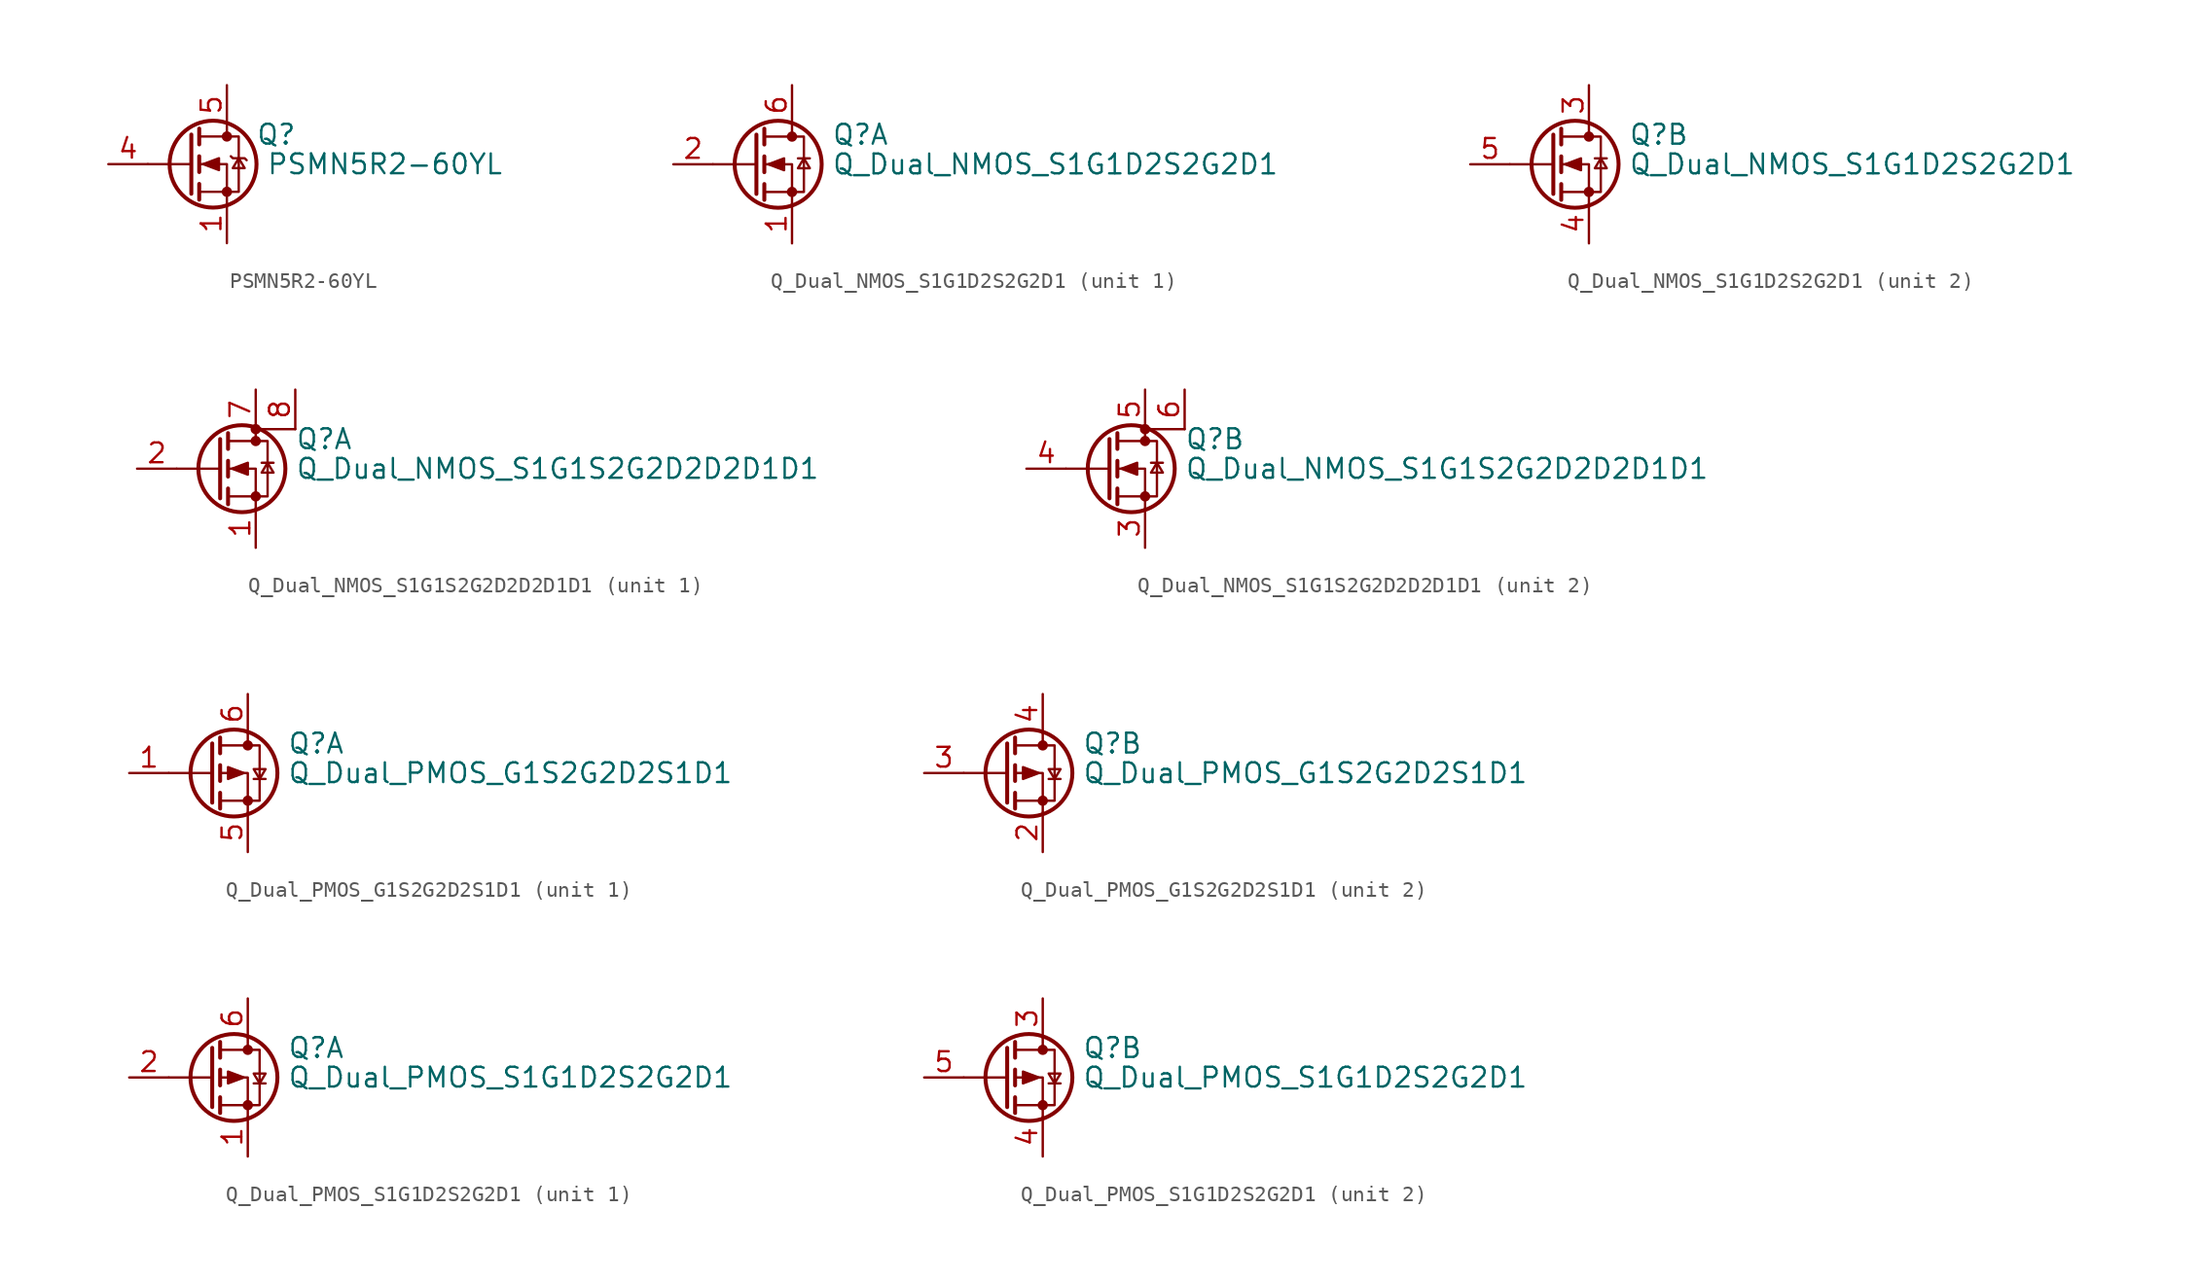
<source format=kicad_sym>
(kicad_symbol_lib
  (version 20241209)
  (generator "kicad_symbol_editor")
  (generator_version "9.0")
  (symbol "PSMN5R2-60YL"
    (pin_names
      (hide yes))
    (property "Reference" "Q"
      (at 5.715 1.905 0)
      (effects (font (size 1.27 1.27))))
    (property "Value" "PSMN5R2-60YL"
      (at 12.7 0 0)
      (effects (font (size 1.27 1.27))))
    (symbol "PSMN5R2-60YL_0_1"
      (polyline (pts (xy 0.254 1.905) (xy 0.254 -1.905)) (stroke (width 0.254) (type default)) (fill (type none)))
      (polyline (pts (xy 0.254 0) (xy -2.54 0)) (stroke (width 0) (type default)) (fill (type none)))
      (polyline (pts (xy 0.762 2.286) (xy 0.762 1.27)) (stroke (width 0.254) (type default)) (fill (type none)))
      (polyline (pts (xy 0.762 0.508) (xy 0.762 -0.508)) (stroke (width 0.254) (type default)) (fill (type none)))
      (polyline (pts (xy 0.762 -1.27) (xy 0.762 -2.286)) (stroke (width 0.254) (type default)) (fill (type none)))
      (polyline (pts (xy 0.762 -1.778) (xy 3.302 -1.778) (xy 3.302 1.778) (xy 0.762 1.778)) (stroke (width 0) (type default)) (fill (type none)))
      (polyline (pts (xy 1.016 0) (xy 2.032 0.381) (xy 2.032 -0.381) (xy 1.016 0)) (stroke (width 0) (type default)) (fill (type outline)))
      (circle (center 1.651 0) (radius 2.794) (stroke (width 0.254) (type default)) (fill (type none)))
      (polyline (pts (xy 2.54 2.54) (xy 2.54 1.778)) (stroke (width 0) (type default)) (fill (type none)))
      (circle (center 2.54 1.778) (radius 0.254) (stroke (width 0) (type default)) (fill (type outline)))
      (circle (center 2.54 -1.778) (radius 0.254) (stroke (width 0) (type default)) (fill (type outline)))
      (polyline (pts (xy 2.54 -2.54) (xy 2.54 0) (xy 0.762 0)) (stroke (width 0) (type default)) (fill (type none)))
      (polyline (pts (xy 2.794 0.508) (xy 2.921 0.381) (xy 3.683 0.381) (xy 3.81 0.254)) (stroke (width 0) (type default)) (fill (type none)))
      (polyline (pts (xy 3.302 0.381) (xy 2.921 -0.254) (xy 3.683 -0.254) (xy 3.302 0.381)) (stroke (width 0) (type default)) (fill (type none))))
    (symbol "PSMN5R2-60YL_1_1"
      (pin passive line (at -5.08 0 0) (length 2.54) (name "G" (effects (font (size 1.27 1.27)))) (number "4" (effects (font (size 1.27 1.27)))))
      (pin passive line (at 2.54 5.08 270) (length 2.54) (name "D" (effects (font (size 1.27 1.27)))) (number "5" (effects (font (size 1.27 1.27)))))
      (pin passive line (at 2.54 -5.08 90) (length 2.54) (name "S" (effects (font (size 1.27 1.27)))) (number "1" (effects (font (size 1.27 1.27)))))
      (pin passive line (at 2.54 -5.08 90) (length 2.54) (hide yes) (name "S" (effects (font (size 1.27 1.27)))) (number "2" (effects (font (size 1.27 1.27)))))
      (pin passive line (at 2.54 -5.08 90) (length 2.54) (hide yes) (name "S" (effects (font (size 1.27 1.27)))) (number "3" (effects (font (size 1.27 1.27)))))))
  (symbol "Q_Dual_NMOS_S1G1D2S2G2D1"
    (pin_names
      (offset 0)
      (hide yes))
    (property "Reference" "Q"
      (at 5.08 1.905 0)
      (effects (font (size 1.27 1.27)) (justify left)))
    (property "Value" "Q_Dual_NMOS_S1G1D2S2G2D1"
      (at 5.08 0 0)
      (effects (font (size 1.27 1.27)) (justify left)))
    (symbol "Q_Dual_NMOS_S1G1D2S2G2D1_0_1"
      (polyline (pts (xy 0.254 1.905) (xy 0.254 -1.905)) (stroke (width 0.254) (type default)) (fill (type none)))
      (polyline (pts (xy 0.254 0) (xy -2.54 0)) (stroke (width 0) (type default)) (fill (type none)))
      (polyline (pts (xy 0.762 2.286) (xy 0.762 1.27)) (stroke (width 0.254) (type default)) (fill (type none)))
      (polyline (pts (xy 0.762 0.508) (xy 0.762 -0.508)) (stroke (width 0.254) (type default)) (fill (type none)))
      (polyline (pts (xy 0.762 -1.27) (xy 0.762 -2.286)) (stroke (width 0.254) (type default)) (fill (type none)))
      (polyline (pts (xy 0.762 -1.778) (xy 3.302 -1.778) (xy 3.302 1.778) (xy 0.762 1.778)) (stroke (width 0) (type default)) (fill (type none)))
      (polyline (pts (xy 1.016 0) (xy 2.032 0.381) (xy 2.032 -0.381) (xy 1.016 0)) (stroke (width 0) (type default)) (fill (type outline)))
      (circle (center 1.651 0) (radius 2.794) (stroke (width 0.254) (type default)) (fill (type none)))
      (polyline (pts (xy 2.54 2.54) (xy 2.54 1.778)) (stroke (width 0) (type default)) (fill (type none)))
      (circle (center 2.54 1.778) (radius 0.254) (stroke (width 0) (type default)) (fill (type outline)))
      (circle (center 2.54 -1.778) (radius 0.254) (stroke (width 0) (type default)) (fill (type outline)))
      (polyline (pts (xy 2.54 -2.54) (xy 2.54 0) (xy 0.762 0)) (stroke (width 0) (type default)) (fill (type none)))
      (polyline (pts (xy 2.921 0.381) (xy 3.683 0.381)) (stroke (width 0) (type default)) (fill (type none)))
      (polyline (pts (xy 3.302 0.381) (xy 2.921 -0.254) (xy 3.683 -0.254) (xy 3.302 0.381)) (stroke (width 0) (type default)) (fill (type none))))
    (symbol "Q_Dual_NMOS_S1G1D2S2G2D1_1_1"
      (pin input line (at -5.08 0 0) (length 2.54) (name "G" (effects (font (size 1.27 1.27)))) (number "2" (effects (font (size 1.27 1.27)))))
      (pin passive line (at 2.54 5.08 270) (length 2.54) (name "D" (effects (font (size 1.27 1.27)))) (number "6" (effects (font (size 1.27 1.27)))))
      (pin passive line (at 2.54 -5.08 90) (length 2.54) (name "S" (effects (font (size 1.27 1.27)))) (number "1" (effects (font (size 1.27 1.27))))))
    (symbol "Q_Dual_NMOS_S1G1D2S2G2D1_2_1"
      (pin input line (at -5.08 0 0) (length 2.54) (name "G" (effects (font (size 1.27 1.27)))) (number "5" (effects (font (size 1.27 1.27)))))
      (pin passive line (at 2.54 5.08 270) (length 2.54) (name "D" (effects (font (size 1.27 1.27)))) (number "3" (effects (font (size 1.27 1.27)))))
      (pin passive line (at 2.54 -5.08 90) (length 2.54) (name "S" (effects (font (size 1.27 1.27)))) (number "4" (effects (font (size 1.27 1.27)))))))
  (symbol "Q_Dual_NMOS_S1G1S2G2D2D2D1D1"
    (pin_names
      (offset 0)
      (hide yes))
    (property "Reference" "Q"
      (at 5.08 1.905 0)
      (effects (font (size 1.27 1.27)) (justify left)))
    (property "Value" "Q_Dual_NMOS_S1G1S2G2D2D2D1D1"
      (at 5.08 0 0)
      (effects (font (size 1.27 1.27)) (justify left)))
    (symbol "Q_Dual_NMOS_S1G1S2G2D2D2D1D1_0_1"
      (polyline (pts (xy 0.254 1.905) (xy 0.254 -1.905)) (stroke (width 0.254) (type default)) (fill (type none)))
      (polyline (pts (xy 0.254 0) (xy -2.54 0)) (stroke (width 0) (type default)) (fill (type none)))
      (polyline (pts (xy 0.762 2.286) (xy 0.762 1.27)) (stroke (width 0.254) (type default)) (fill (type none)))
      (polyline (pts (xy 0.762 0.508) (xy 0.762 -0.508)) (stroke (width 0.254) (type default)) (fill (type none)))
      (polyline (pts (xy 0.762 -1.27) (xy 0.762 -2.286)) (stroke (width 0.254) (type default)) (fill (type none)))
      (polyline (pts (xy 0.762 -1.778) (xy 3.302 -1.778) (xy 3.302 1.778) (xy 0.762 1.778)) (stroke (width 0) (type default)) (fill (type none)))
      (polyline (pts (xy 1.016 0) (xy 2.032 0.381) (xy 2.032 -0.381) (xy 1.016 0)) (stroke (width 0) (type default)) (fill (type outline)))
      (circle (center 1.651 0) (radius 2.794) (stroke (width 0.254) (type default)) (fill (type none)))
      (polyline (pts (xy 2.54 2.54) (xy 2.54 1.778)) (stroke (width 0) (type default)) (fill (type none)))
      (circle (center 2.54 2.54) (radius 0.254) (stroke (width 0) (type default)) (fill (type outline)))
      (circle (center 2.54 1.778) (radius 0.254) (stroke (width 0) (type default)) (fill (type outline)))
      (circle (center 2.54 -1.778) (radius 0.254) (stroke (width 0) (type default)) (fill (type outline)))
      (polyline (pts (xy 2.54 -2.54) (xy 2.54 0) (xy 0.762 0)) (stroke (width 0) (type default)) (fill (type none)))
      (polyline (pts (xy 2.921 0.381) (xy 3.683 0.381)) (stroke (width 0) (type default)) (fill (type none)))
      (polyline (pts (xy 3.302 0.381) (xy 2.921 -0.254) (xy 3.683 -0.254) (xy 3.302 0.381)) (stroke (width 0) (type default)) (fill (type none)))
      (polyline (pts (xy 5.08 2.54) (xy 2.54 2.54)) (stroke (width 0) (type default)) (fill (type none))))
    (symbol "Q_Dual_NMOS_S1G1S2G2D2D2D1D1_1_1"
      (pin input line (at -5.08 0 0) (length 2.54) (name "G" (effects (font (size 1.27 1.27)))) (number "2" (effects (font (size 1.27 1.27)))))
      (pin passive line (at 2.54 5.08 270) (length 2.54) (name "D" (effects (font (size 1.27 1.27)))) (number "7" (effects (font (size 1.27 1.27)))))
      (pin passive line (at 2.54 -5.08 90) (length 2.54) (name "S" (effects (font (size 1.27 1.27)))) (number "1" (effects (font (size 1.27 1.27)))))
      (pin passive line (at 5.08 5.08 270) (length 2.54) (name "D" (effects (font (size 1.27 1.27)))) (number "8" (effects (font (size 1.27 1.27))))))
    (symbol "Q_Dual_NMOS_S1G1S2G2D2D2D1D1_2_1"
      (pin input line (at -5.08 0 0) (length 2.54) (name "G" (effects (font (size 1.27 1.27)))) (number "4" (effects (font (size 1.27 1.27)))))
      (pin passive line (at 2.54 5.08 270) (length 2.54) (name "D" (effects (font (size 1.27 1.27)))) (number "5" (effects (font (size 1.27 1.27)))))
      (pin passive line (at 2.54 -5.08 90) (length 2.54) (name "S" (effects (font (size 1.27 1.27)))) (number "3" (effects (font (size 1.27 1.27)))))
      (pin passive line (at 5.08 5.08 270) (length 2.54) (name "D" (effects (font (size 1.27 1.27)))) (number "6" (effects (font (size 1.27 1.27)))))))
  (symbol "Q_Dual_PMOS_G1S2G2D2S1D1"
    (pin_names
      (offset 0)
      (hide yes))
    (property "Reference" "Q"
      (at 5.08 1.905 0)
      (effects (font (size 1.27 1.27)) (justify left)))
    (property "Value" "Q_Dual_PMOS_G1S2G2D2S1D1"
      (at 5.08 0 0)
      (effects (font (size 1.27 1.27)) (justify left)))
    (symbol "Q_Dual_PMOS_G1S2G2D2S1D1_0_1"
      (polyline (pts (xy 0.254 1.905) (xy 0.254 -1.905)) (stroke (width 0.254) (type default)) (fill (type none)))
      (polyline (pts (xy 0.254 0) (xy -2.54 0)) (stroke (width 0) (type default)) (fill (type none)))
      (polyline (pts (xy 0.762 2.286) (xy 0.762 1.27)) (stroke (width 0.254) (type default)) (fill (type none)))
      (polyline (pts (xy 0.762 1.778) (xy 3.302 1.778) (xy 3.302 -1.778) (xy 0.762 -1.778)) (stroke (width 0) (type default)) (fill (type none)))
      (polyline (pts (xy 0.762 0.508) (xy 0.762 -0.508)) (stroke (width 0.254) (type default)) (fill (type none)))
      (polyline (pts (xy 0.762 -1.27) (xy 0.762 -2.286)) (stroke (width 0.254) (type default)) (fill (type none)))
      (circle (center 1.651 0) (radius 2.794) (stroke (width 0.254) (type default)) (fill (type none)))
      (polyline (pts (xy 2.286 0) (xy 1.27 0.381) (xy 1.27 -0.381) (xy 2.286 0)) (stroke (width 0) (type default)) (fill (type outline)))
      (polyline (pts (xy 2.54 2.54) (xy 2.54 1.778)) (stroke (width 0) (type default)) (fill (type none)))
      (circle (center 2.54 1.778) (radius 0.254) (stroke (width 0) (type default)) (fill (type outline)))
      (circle (center 2.54 -1.778) (radius 0.254) (stroke (width 0) (type default)) (fill (type outline)))
      (polyline (pts (xy 2.54 -2.54) (xy 2.54 0) (xy 0.762 0)) (stroke (width 0) (type default)) (fill (type none)))
      (polyline (pts (xy 2.921 -0.381) (xy 3.683 -0.381)) (stroke (width 0) (type default)) (fill (type none)))
      (polyline (pts (xy 3.302 -0.381) (xy 2.921 0.254) (xy 3.683 0.254) (xy 3.302 -0.381)) (stroke (width 0) (type default)) (fill (type none))))
    (symbol "Q_Dual_PMOS_G1S2G2D2S1D1_1_1"
      (pin input line (at -5.08 0 0) (length 2.54) (name "G" (effects (font (size 1.27 1.27)))) (number "1" (effects (font (size 1.27 1.27)))))
      (pin passive line (at 2.54 5.08 270) (length 2.54) (name "D" (effects (font (size 1.27 1.27)))) (number "6" (effects (font (size 1.27 1.27)))))
      (pin passive line (at 2.54 -5.08 90) (length 2.54) (name "S" (effects (font (size 1.27 1.27)))) (number "5" (effects (font (size 1.27 1.27))))))
    (symbol "Q_Dual_PMOS_G1S2G2D2S1D1_2_1"
      (pin input line (at -5.08 0 0) (length 2.54) (name "G" (effects (font (size 1.27 1.27)))) (number "3" (effects (font (size 1.27 1.27)))))
      (pin passive line (at 2.54 5.08 270) (length 2.54) (name "D" (effects (font (size 1.27 1.27)))) (number "4" (effects (font (size 1.27 1.27)))))
      (pin passive line (at 2.54 -5.08 90) (length 2.54) (name "S" (effects (font (size 1.27 1.27)))) (number "2" (effects (font (size 1.27 1.27)))))))
  (symbol "Q_Dual_PMOS_S1G1D2S2G2D1"
    (pin_names
      (offset 0)
      (hide yes))
    (property "Reference" "Q"
      (at 5.08 1.905 0)
      (effects (font (size 1.27 1.27)) (justify left)))
    (property "Value" "Q_Dual_PMOS_S1G1D2S2G2D1"
      (at 5.08 0 0)
      (effects (font (size 1.27 1.27)) (justify left)))
    (symbol "Q_Dual_PMOS_S1G1D2S2G2D1_0_1"
      (polyline (pts (xy 0.254 1.905) (xy 0.254 -1.905)) (stroke (width 0.254) (type default)) (fill (type none)))
      (polyline (pts (xy 0.254 0) (xy -2.54 0)) (stroke (width 0) (type default)) (fill (type none)))
      (polyline (pts (xy 0.762 2.286) (xy 0.762 1.27)) (stroke (width 0.254) (type default)) (fill (type none)))
      (polyline (pts (xy 0.762 1.778) (xy 3.302 1.778) (xy 3.302 -1.778) (xy 0.762 -1.778)) (stroke (width 0) (type default)) (fill (type none)))
      (polyline (pts (xy 0.762 0.508) (xy 0.762 -0.508)) (stroke (width 0.254) (type default)) (fill (type none)))
      (polyline (pts (xy 0.762 -1.27) (xy 0.762 -2.286)) (stroke (width 0.254) (type default)) (fill (type none)))
      (circle (center 1.651 0) (radius 2.794) (stroke (width 0.254) (type default)) (fill (type none)))
      (polyline (pts (xy 2.286 0) (xy 1.27 0.381) (xy 1.27 -0.381) (xy 2.286 0)) (stroke (width 0) (type default)) (fill (type outline)))
      (polyline (pts (xy 2.54 2.54) (xy 2.54 1.778)) (stroke (width 0) (type default)) (fill (type none)))
      (circle (center 2.54 1.778) (radius 0.254) (stroke (width 0) (type default)) (fill (type outline)))
      (circle (center 2.54 -1.778) (radius 0.254) (stroke (width 0) (type default)) (fill (type outline)))
      (polyline (pts (xy 2.54 -2.54) (xy 2.54 0) (xy 0.762 0)) (stroke (width 0) (type default)) (fill (type none)))
      (polyline (pts (xy 2.921 -0.381) (xy 3.683 -0.381)) (stroke (width 0) (type default)) (fill (type none)))
      (polyline (pts (xy 3.302 -0.381) (xy 2.921 0.254) (xy 3.683 0.254) (xy 3.302 -0.381)) (stroke (width 0) (type default)) (fill (type none))))
    (symbol "Q_Dual_PMOS_S1G1D2S2G2D1_1_1"
      (pin input line (at -5.08 0 0) (length 2.54) (name "G" (effects (font (size 1.27 1.27)))) (number "2" (effects (font (size 1.27 1.27)))))
      (pin passive line (at 2.54 5.08 270) (length 2.54) (name "D" (effects (font (size 1.27 1.27)))) (number "6" (effects (font (size 1.27 1.27)))))
      (pin passive line (at 2.54 -5.08 90) (length 2.54) (name "S" (effects (font (size 1.27 1.27)))) (number "1" (effects (font (size 1.27 1.27))))))
    (symbol "Q_Dual_PMOS_S1G1D2S2G2D1_2_1"
      (pin input line (at -5.08 0 0) (length 2.54) (name "G" (effects (font (size 1.27 1.27)))) (number "5" (effects (font (size 1.27 1.27)))))
      (pin passive line (at 2.54 5.08 270) (length 2.54) (name "D" (effects (font (size 1.27 1.27)))) (number "3" (effects (font (size 1.27 1.27)))))
      (pin passive line (at 2.54 -5.08 90) (length 2.54) (name "S" (effects (font (size 1.27 1.27)))) (number "4" (effects (font (size 1.27 1.27))))))))
</source>
